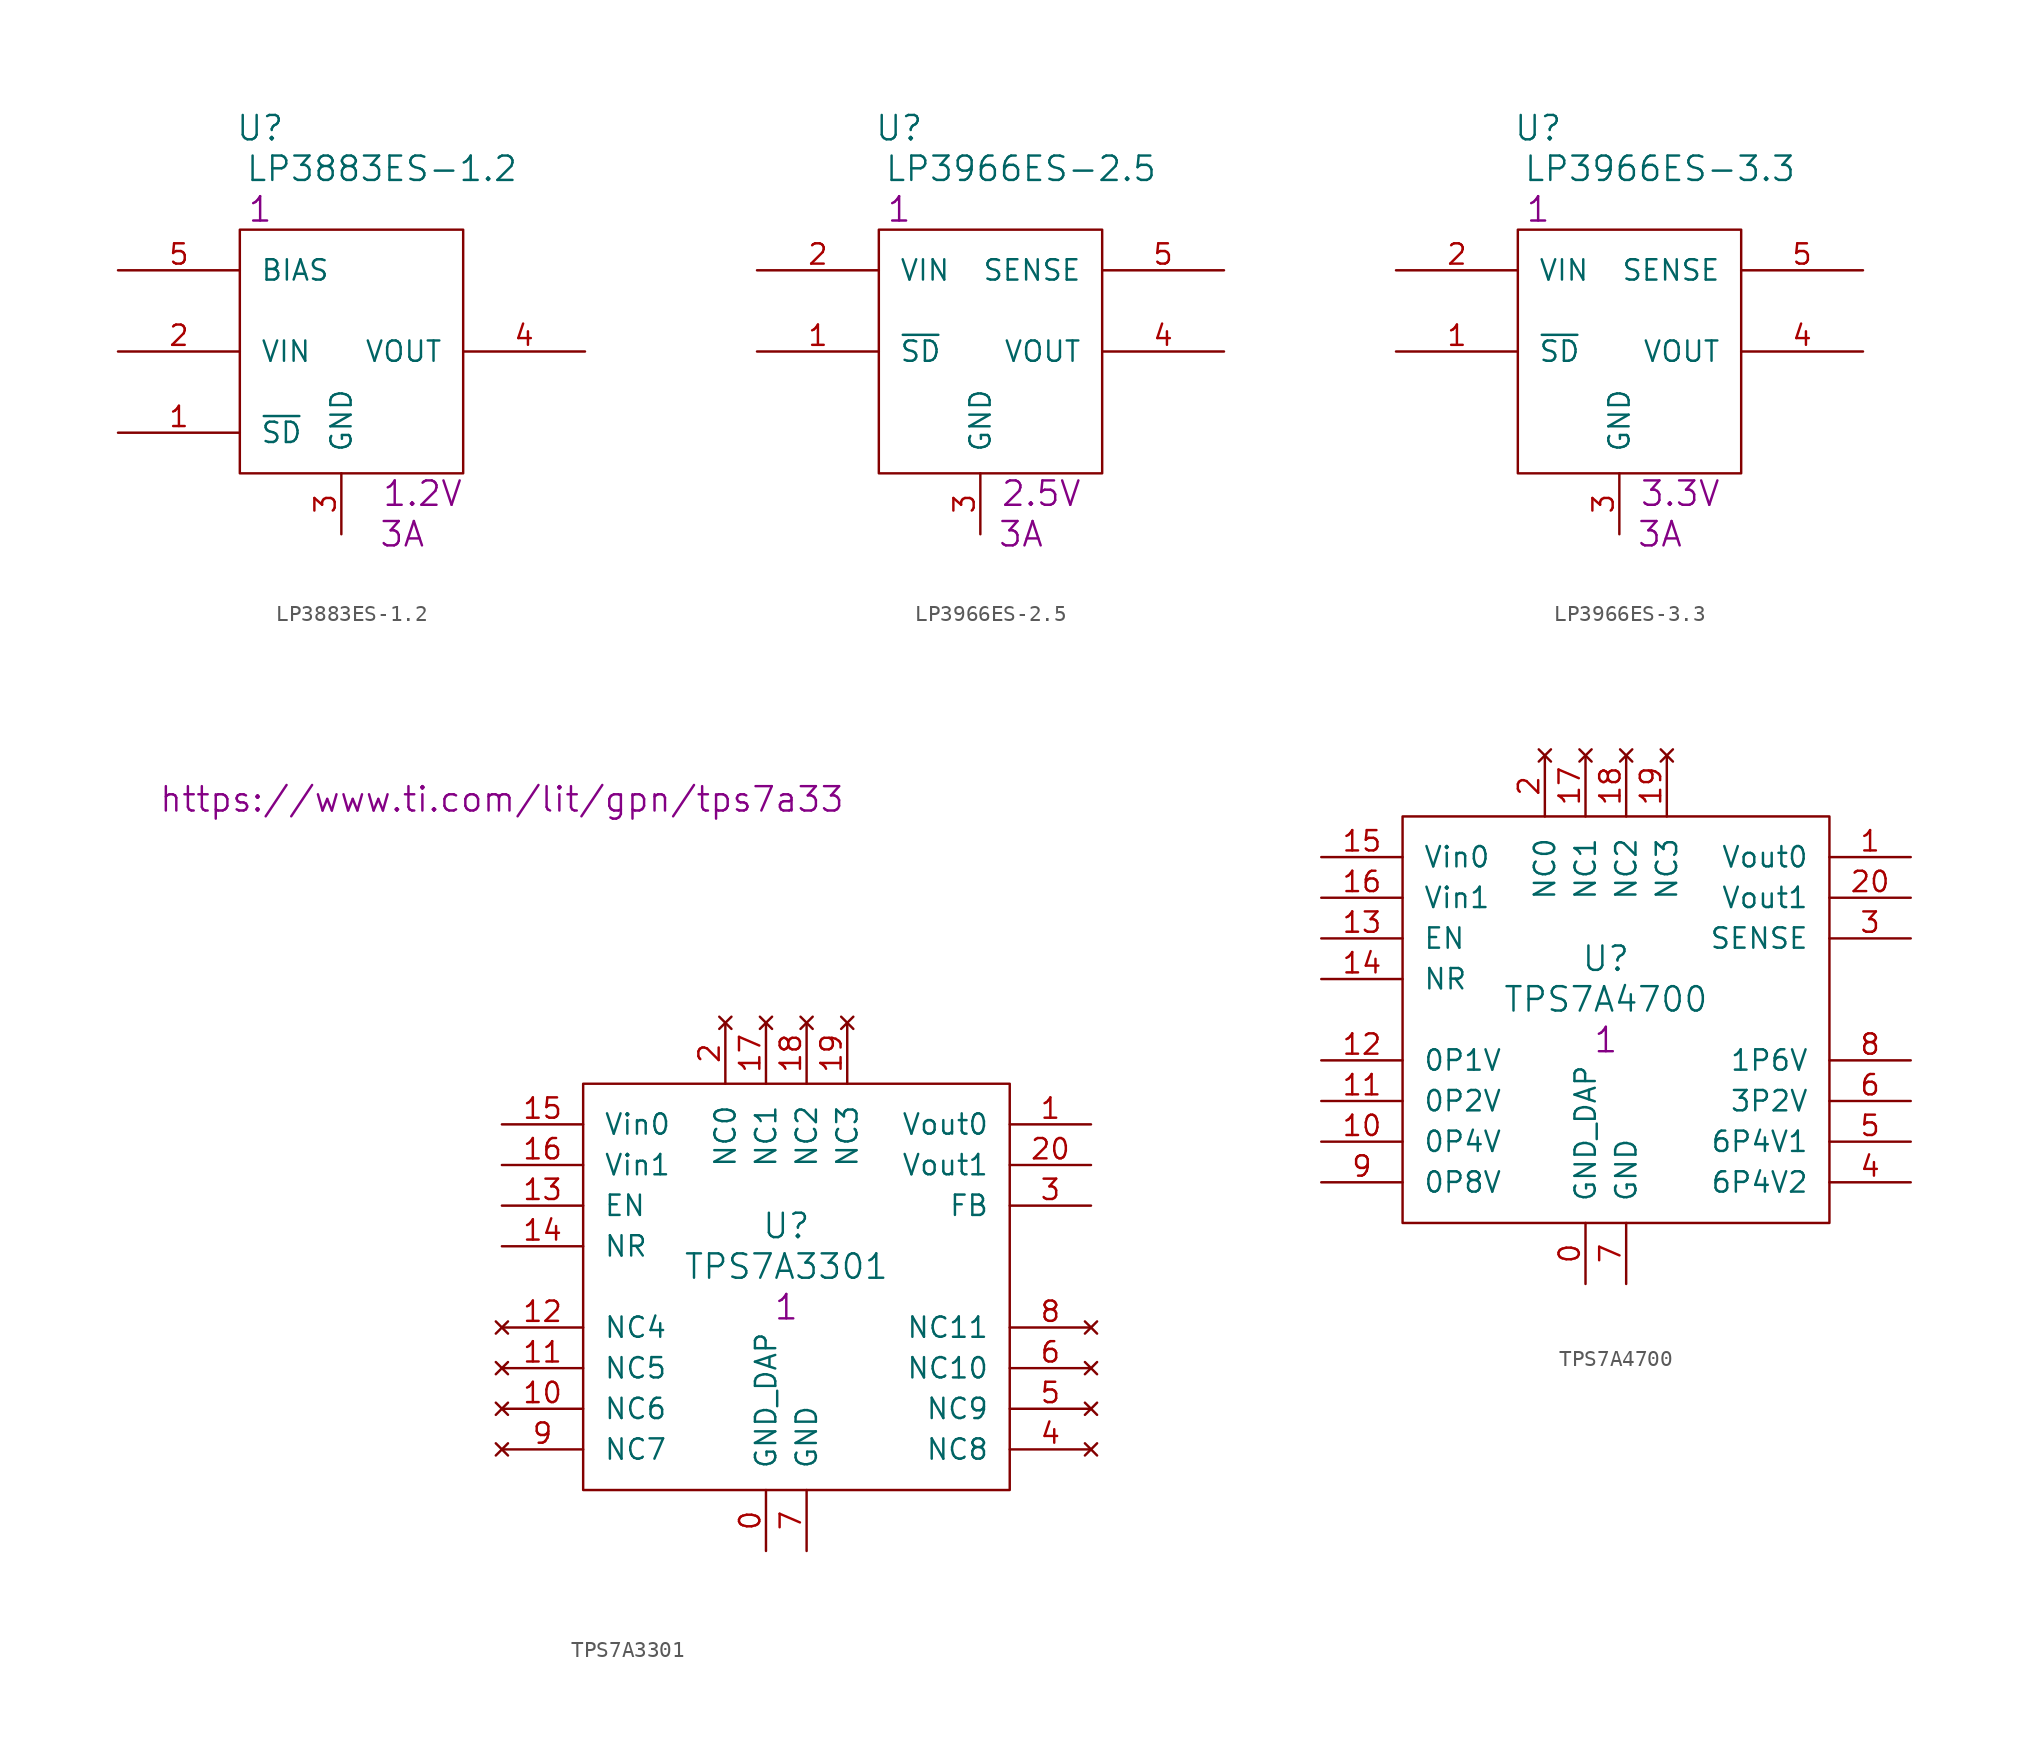
<source format=kicad_sym>
(kicad_symbol_lib
  (version 20201005)
  (generator kicad_symbol_editor)
  (symbol "S_PSU_LDO:LP3883ES-1.2"
    (pin_names
      (offset 1.27))
    (property "Reference" "U"
      (at 8.89 8.89 0)
      (effects (font (size 1.524 1.524))))
    (property "Value" "LP3883ES-1.2"
      (at 16.51 6.35 0)
      (effects (font (size 1.524 1.524))))
    (property "Datasheet" ""
      (at 0 0 0)
      (effects (font (size 1.524 1.524))))
    (property "Qty" "1"
      (at 8.89 3.81 0)
      (effects (font (size 1.524 1.524))))
    (property "Desc1" "1.2V"
      (at 19.05 -13.97 0)
      (effects (font (size 1.524 1.524))))
    (property "Desc2" "3A"
      (at 17.78 -16.51 0)
      (effects (font (size 1.524 1.524))))
    (symbol "LP3883ES-1.2_0_1"
      (rectangle (start 7.62 2.54) (end 21.59 -12.7) (stroke (width 0)) (fill (type none))))
    (symbol "LP3883ES-1.2_1_1"
      (pin input line (at 0 -10.16 0) (length 7.62) (name "~SD" (effects (font (size 1.27 1.27)))) (number "1" (effects (font (size 1.27 1.27)))))
      (pin power_in line (at 0 -5.08 0) (length 7.62) (name "VIN" (effects (font (size 1.27 1.27)))) (number "2" (effects (font (size 1.27 1.27)))))
      (pin power_in line (at 13.97 -16.51 90) (length 3.81) (name "GND" (effects (font (size 1.27 1.27)))) (number "3" (effects (font (size 1.27 1.27)))))
      (pin power_out line (at 29.21 -5.08 180) (length 7.62) (name "VOUT" (effects (font (size 1.27 1.27)))) (number "4" (effects (font (size 1.27 1.27)))))
      (pin power_in line (at 0 0 0) (length 7.62) (name "BIAS" (effects (font (size 1.27 1.27)))) (number "5" (effects (font (size 1.27 1.27)))))))
  (symbol "S_PSU_LDO:LP3966ES-2.5"
    (pin_names
      (offset 1.27))
    (property "Reference" "U"
      (at 8.89 8.89 0)
      (effects (font (size 1.524 1.524))))
    (property "Value" "LP3966ES-2.5"
      (at 16.51 6.35 0)
      (effects (font (size 1.524 1.524))))
    (property "Datasheet" ""
      (at 0 0 0)
      (effects (font (size 1.524 1.524))))
    (property "Qty" "1"
      (at 8.89 3.81 0)
      (effects (font (size 1.524 1.524))))
    (property "Desc1" "2.5V"
      (at 17.78 -13.97 0)
      (effects (font (size 1.524 1.524))))
    (property "Desc2" "3A"
      (at 16.51 -16.51 0)
      (effects (font (size 1.524 1.524))))
    (symbol "LP3966ES-2.5_0_1"
      (rectangle (start 7.62 2.54) (end 21.59 -12.7) (stroke (width 0)) (fill (type none))))
    (symbol "LP3966ES-2.5_1_1"
      (pin input line (at 0 -5.08 0) (length 7.62) (name "~SD" (effects (font (size 1.27 1.27)))) (number "1" (effects (font (size 1.27 1.27)))))
      (pin power_in line (at 0 0 0) (length 7.62) (name "VIN" (effects (font (size 1.27 1.27)))) (number "2" (effects (font (size 1.27 1.27)))))
      (pin power_in line (at 13.97 -16.51 90) (length 3.81) (name "GND" (effects (font (size 1.27 1.27)))) (number "3" (effects (font (size 1.27 1.27)))))
      (pin power_out line (at 29.21 -5.08 180) (length 7.62) (name "VOUT" (effects (font (size 1.27 1.27)))) (number "4" (effects (font (size 1.27 1.27)))))
      (pin power_in line (at 29.21 0 180) (length 7.62) (name "SENSE" (effects (font (size 1.27 1.27)))) (number "5" (effects (font (size 1.27 1.27)))))))
  (symbol "S_PSU_LDO:LP3966ES-3.3"
    (pin_names
      (offset 1.27))
    (property "Reference" "U"
      (at 8.89 8.89 0)
      (effects (font (size 1.524 1.524))))
    (property "Value" "LP3966ES-3.3"
      (at 16.51 6.35 0)
      (effects (font (size 1.524 1.524))))
    (property "Datasheet" ""
      (at 0 0 0)
      (effects (font (size 1.524 1.524))))
    (property "Qty" "1"
      (at 8.89 3.81 0)
      (effects (font (size 1.524 1.524))))
    (property "Desc1" "3.3V"
      (at 17.78 -13.97 0)
      (effects (font (size 1.524 1.524))))
    (property "Desc2" "3A"
      (at 16.51 -16.51 0)
      (effects (font (size 1.524 1.524))))
    (symbol "LP3966ES-3.3_0_1"
      (rectangle (start 7.62 2.54) (end 21.59 -12.7) (stroke (width 0)) (fill (type none))))
    (symbol "LP3966ES-3.3_1_1"
      (pin input line (at 0 -5.08 0) (length 7.62) (name "~SD" (effects (font (size 1.27 1.27)))) (number "1" (effects (font (size 1.27 1.27)))))
      (pin power_in line (at 0 0 0) (length 7.62) (name "VIN" (effects (font (size 1.27 1.27)))) (number "2" (effects (font (size 1.27 1.27)))))
      (pin power_in line (at 13.97 -16.51 90) (length 3.81) (name "GND" (effects (font (size 1.27 1.27)))) (number "3" (effects (font (size 1.27 1.27)))))
      (pin power_out line (at 29.21 -5.08 180) (length 7.62) (name "VOUT" (effects (font (size 1.27 1.27)))) (number "4" (effects (font (size 1.27 1.27)))))
      (pin power_in line (at 29.21 0 180) (length 7.62) (name "SENSE" (effects (font (size 1.27 1.27)))) (number "5" (effects (font (size 1.27 1.27)))))))
  (symbol "S_PSU_LDO:TPS7A3301"
    (pin_names
      (offset 1.27))
    (property "Reference" "U"
      (at 17.78 -6.35 0)
      (effects (font (size 1.524 1.524))))
    (property "Value" "TPS7A3301"
      (at 17.78 -8.89 0)
      (effects (font (size 1.524 1.524))))
    (property "Datasheet" "https://www.ti.com/lit/gpn/tps7a33"
      (at 0 20.32 0)
      (effects (font (size 1.524 1.524))))
    (property "Qty" "1"
      (at 17.78 -11.43 0)
      (effects (font (size 1.524 1.524))))
    (symbol "TPS7A3301_0_1"
      (rectangle (start 5.08 2.54) (end 31.75 -22.86) (stroke (width 0)) (fill (type none))))
    (symbol "TPS7A3301_1_1"
      (pin power_in line (at 16.51 -26.67 90) (length 3.81) (name "GND_DAP" (effects (font (size 1.27 1.27)))) (number "0" (effects (font (size 1.27 1.27)))))
      (pin power_out line (at 36.83 0 180) (length 5.08) (name "Vout0" (effects (font (size 1.27 1.27)))) (number "1" (effects (font (size 1.27 1.27)))))
      (pin no_connect line (at 13.97 6.35 270) (length 3.81) (name "NC0" (effects (font (size 1.27 1.27)))) (number "2" (effects (font (size 1.27 1.27)))))
      (pin power_in line (at 36.83 -5.08 180) (length 5.08) (name "FB" (effects (font (size 1.27 1.27)))) (number "3" (effects (font (size 1.27 1.27)))))
      (pin no_connect line (at 36.83 -20.32 180) (length 5.08) (name "NC8" (effects (font (size 1.27 1.27)))) (number "4" (effects (font (size 1.27 1.27)))))
      (pin no_connect line (at 36.83 -17.78 180) (length 5.08) (name "NC9" (effects (font (size 1.27 1.27)))) (number "5" (effects (font (size 1.27 1.27)))))
      (pin no_connect line (at 36.83 -15.24 180) (length 5.08) (name "NC10" (effects (font (size 1.27 1.27)))) (number "6" (effects (font (size 1.27 1.27)))))
      (pin power_in line (at 19.05 -26.67 90) (length 3.81) (name "GND" (effects (font (size 1.27 1.27)))) (number "7" (effects (font (size 1.27 1.27)))))
      (pin no_connect line (at 36.83 -12.7 180) (length 5.08) (name "NC11" (effects (font (size 1.27 1.27)))) (number "8" (effects (font (size 1.27 1.27)))))
      (pin no_connect line (at 0 -20.32 0) (length 5.08) (name "NC7" (effects (font (size 1.27 1.27)))) (number "9" (effects (font (size 1.27 1.27)))))
      (pin no_connect line (at 0 -17.78 0) (length 5.08) (name "NC6" (effects (font (size 1.27 1.27)))) (number "10" (effects (font (size 1.27 1.27)))))
      (pin power_out line (at 36.83 -2.54 180) (length 5.08) (name "Vout1" (effects (font (size 1.27 1.27)))) (number "20" (effects (font (size 1.27 1.27)))))
      (pin no_connect line (at 0 -15.24 0) (length 5.08) (name "NC5" (effects (font (size 1.27 1.27)))) (number "11" (effects (font (size 1.27 1.27)))))
      (pin no_connect line (at 0 -12.7 0) (length 5.08) (name "NC4" (effects (font (size 1.27 1.27)))) (number "12" (effects (font (size 1.27 1.27)))))
      (pin input line (at 0 -5.08 0) (length 5.08) (name "EN" (effects (font (size 1.27 1.27)))) (number "13" (effects (font (size 1.27 1.27)))))
      (pin input line (at 0 -7.62 0) (length 5.08) (name "NR" (effects (font (size 1.27 1.27)))) (number "14" (effects (font (size 1.27 1.27)))))
      (pin power_in line (at 0 0 0) (length 5.08) (name "Vin0" (effects (font (size 1.27 1.27)))) (number "15" (effects (font (size 1.27 1.27)))))
      (pin power_in line (at 0 -2.54 0) (length 5.08) (name "Vin1" (effects (font (size 1.27 1.27)))) (number "16" (effects (font (size 1.27 1.27)))))
      (pin no_connect line (at 16.51 6.35 270) (length 3.81) (name "NC1" (effects (font (size 1.27 1.27)))) (number "17" (effects (font (size 1.27 1.27)))))
      (pin no_connect line (at 19.05 6.35 270) (length 3.81) (name "NC2" (effects (font (size 1.27 1.27)))) (number "18" (effects (font (size 1.27 1.27)))))
      (pin no_connect line (at 21.59 6.35 270) (length 3.81) (name "NC3" (effects (font (size 1.27 1.27)))) (number "19" (effects (font (size 1.27 1.27)))))))
  (symbol "S_PSU_LDO:TPS7A4700"
    (pin_names
      (offset 1.27))
    (property "Reference" "U"
      (at 17.78 -6.35 0)
      (effects (font (size 1.524 1.524))))
    (property "Value" "TPS7A4700"
      (at 17.78 -8.89 0)
      (effects (font (size 1.524 1.524))))
    (property "Datasheet" ""
      (at 0 0 0)
      (effects (font (size 1.524 1.524))))
    (property "Qty" "1"
      (at 17.78 -11.43 0)
      (effects (font (size 1.524 1.524))))
    (symbol "TPS7A4700_0_1"
      (rectangle (start 5.08 2.54) (end 31.75 -22.86) (stroke (width 0)) (fill (type none))))
    (symbol "TPS7A4700_1_1"
      (pin power_in line (at 16.51 -26.67 90) (length 3.81) (name "GND_DAP" (effects (font (size 1.27 1.27)))) (number "0" (effects (font (size 1.27 1.27)))))
      (pin power_out line (at 36.83 0 180) (length 5.08) (name "Vout0" (effects (font (size 1.27 1.27)))) (number "1" (effects (font (size 1.27 1.27)))))
      (pin no_connect line (at 13.97 6.35 270) (length 3.81) (name "NC0" (effects (font (size 1.27 1.27)))) (number "2" (effects (font (size 1.27 1.27)))))
      (pin power_in line (at 36.83 -5.08 180) (length 5.08) (name "SENSE" (effects (font (size 1.27 1.27)))) (number "3" (effects (font (size 1.27 1.27)))))
      (pin power_in line (at 36.83 -20.32 180) (length 5.08) (name "6P4V2" (effects (font (size 1.27 1.27)))) (number "4" (effects (font (size 1.27 1.27)))))
      (pin power_in line (at 36.83 -17.78 180) (length 5.08) (name "6P4V1" (effects (font (size 1.27 1.27)))) (number "5" (effects (font (size 1.27 1.27)))))
      (pin power_in line (at 36.83 -15.24 180) (length 5.08) (name "3P2V" (effects (font (size 1.27 1.27)))) (number "6" (effects (font (size 1.27 1.27)))))
      (pin power_in line (at 19.05 -26.67 90) (length 3.81) (name "GND" (effects (font (size 1.27 1.27)))) (number "7" (effects (font (size 1.27 1.27)))))
      (pin power_in line (at 36.83 -12.7 180) (length 5.08) (name "1P6V" (effects (font (size 1.27 1.27)))) (number "8" (effects (font (size 1.27 1.27)))))
      (pin power_in line (at 0 -20.32 0) (length 5.08) (name "0P8V" (effects (font (size 1.27 1.27)))) (number "9" (effects (font (size 1.27 1.27)))))
      (pin power_in line (at 0 -17.78 0) (length 5.08) (name "0P4V" (effects (font (size 1.27 1.27)))) (number "10" (effects (font (size 1.27 1.27)))))
      (pin power_out line (at 36.83 -2.54 180) (length 5.08) (name "Vout1" (effects (font (size 1.27 1.27)))) (number "20" (effects (font (size 1.27 1.27)))))
      (pin power_in line (at 0 -15.24 0) (length 5.08) (name "0P2V" (effects (font (size 1.27 1.27)))) (number "11" (effects (font (size 1.27 1.27)))))
      (pin power_in line (at 0 -12.7 0) (length 5.08) (name "0P1V" (effects (font (size 1.27 1.27)))) (number "12" (effects (font (size 1.27 1.27)))))
      (pin input line (at 0 -5.08 0) (length 5.08) (name "EN" (effects (font (size 1.27 1.27)))) (number "13" (effects (font (size 1.27 1.27)))))
      (pin input line (at 0 -7.62 0) (length 5.08) (name "NR" (effects (font (size 1.27 1.27)))) (number "14" (effects (font (size 1.27 1.27)))))
      (pin power_in line (at 0 0 0) (length 5.08) (name "Vin0" (effects (font (size 1.27 1.27)))) (number "15" (effects (font (size 1.27 1.27)))))
      (pin power_in line (at 0 -2.54 0) (length 5.08) (name "Vin1" (effects (font (size 1.27 1.27)))) (number "16" (effects (font (size 1.27 1.27)))))
      (pin no_connect line (at 16.51 6.35 270) (length 3.81) (name "NC1" (effects (font (size 1.27 1.27)))) (number "17" (effects (font (size 1.27 1.27)))))
      (pin no_connect line (at 19.05 6.35 270) (length 3.81) (name "NC2" (effects (font (size 1.27 1.27)))) (number "18" (effects (font (size 1.27 1.27)))))
      (pin no_connect line (at 21.59 6.35 270) (length 3.81) (name "NC3" (effects (font (size 1.27 1.27)))) (number "19" (effects (font (size 1.27 1.27))))))))
</source>
